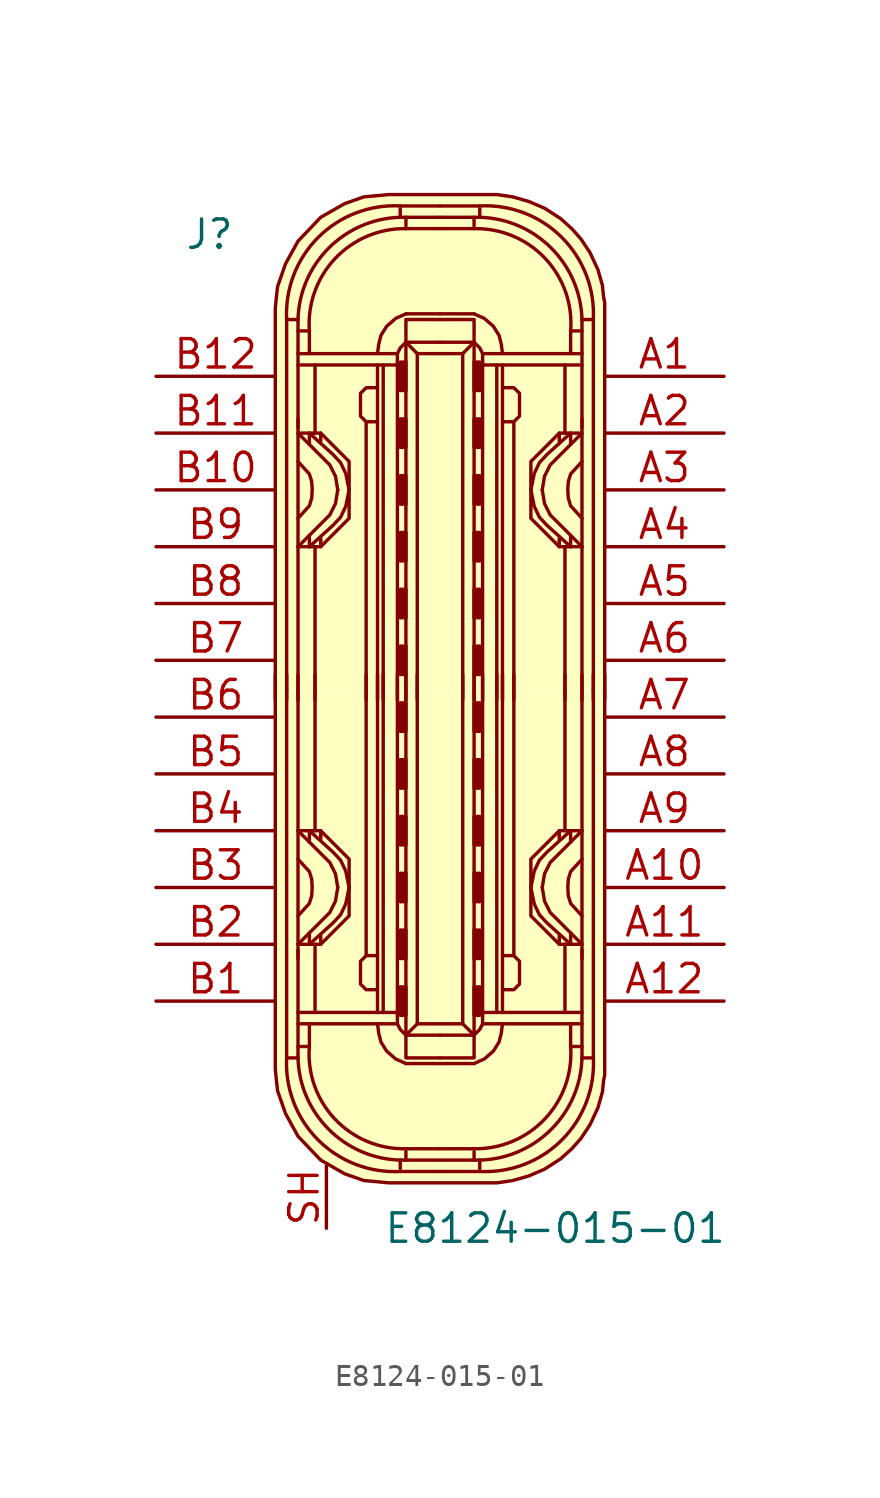
<source format=kicad_sym>
(kicad_symbol_lib
  (version 20220914)
  (generator kicad_symbol_editor)
  (symbol "E8124-015-01"
    (pin_names
      (offset 1.016))
    (property "Reference" "J"
      (at -11.43 20.32 0)
      (effects (font (size 1.27 1.27)) (justify left)))
    (property "Value" "E8124-015-01"
      (at -2.54 -24.13 0)
      (effects (font (size 1.27 1.27)) (justify left)))
    (symbol "E8124-015-01_1_1"
      (arc (start -6.858 -16.51) (mid -5.4492 -20.1812) (end -1.778 -21.59) (stroke (width 0) (type default)) (fill (type none)))
      (arc (start -6.35 -16.51) (mid -4.9749 -19.7069) (end -1.778 -21.082) (stroke (width 0) (type default)) (fill (type none)))
      (arc (start -5.842 -16.002) (mid -4.6972 -19.2495) (end -1.524 -20.574) (stroke (width 0) (type default)) (fill (type none)))
      (rectangle (start -1.778 -14.605) (end -1.524 -13.335) (stroke (width 0) (type default)) (fill (type outline)))
      (rectangle (start -1.778 -12.065) (end -1.524 -10.795) (stroke (width 0) (type default)) (fill (type outline)))
      (rectangle (start -1.778 -9.525) (end -1.524 -8.255) (stroke (width 0) (type default)) (fill (type outline)))
      (rectangle (start -1.778 -6.985) (end -1.524 -5.715) (stroke (width 0) (type default)) (fill (type outline)))
      (rectangle (start -1.778 -4.445) (end -1.524 -3.175) (stroke (width 0) (type default)) (fill (type outline)))
      (rectangle (start -1.778 -1.905) (end -1.524 -0.635) (stroke (width 0) (type default)) (fill (type outline)))
      (rectangle (start -1.778 1.905) (end -1.524 0.635) (stroke (width 0) (type default)) (fill (type outline)))
      (rectangle (start -1.778 4.445) (end -1.524 3.175) (stroke (width 0) (type default)) (fill (type outline)))
      (rectangle (start -1.778 6.985) (end -1.524 5.715) (stroke (width 0) (type default)) (fill (type outline)))
      (rectangle (start -1.778 9.525) (end -1.524 8.255) (stroke (width 0) (type default)) (fill (type outline)))
      (rectangle (start -1.778 12.065) (end -1.524 10.795) (stroke (width 0) (type default)) (fill (type outline)))
      (rectangle (start -1.778 14.605) (end -1.524 13.335) (stroke (width 0) (type default)) (fill (type outline)))
      (arc (start -1.778 21.082) (mid -4.9749 19.7069) (end -6.35 16.51) (stroke (width 0) (type default)) (fill (type none)))
      (arc (start -1.778 21.59) (mid -5.4492 20.1812) (end -6.858 16.51) (stroke (width 0) (type default)) (fill (type none)))
      (arc (start -1.524 20.574) (mid -4.6883 19.2412) (end -5.842 16.002) (stroke (width 0) (type default)) (fill (type none)))
      (polyline (pts (xy -7.366 -0.508) (xy -7.366 0.635)) (stroke (width 0) (type default)) (fill (type none)))
      (polyline (pts (xy -6.858 -0.508) (xy -6.858 0.635)) (stroke (width 0) (type default)) (fill (type none)))
      (polyline (pts (xy -6.35 -14.986) (xy -1.905 -14.986)) (stroke (width 0) (type default)) (fill (type none)))
      (polyline (pts (xy -6.35 -12.065) (xy -6.35 0)) (stroke (width 0) (type default)) (fill (type none)))
      (polyline (pts (xy -6.35 -0.508) (xy -6.35 0.635)) (stroke (width 0) (type default)) (fill (type none)))
      (polyline (pts (xy -6.35 12.065) (xy -6.35 0)) (stroke (width 0) (type default)) (fill (type none)))
      (polyline (pts (xy -6.35 14.986) (xy -1.905 14.986)) (stroke (width 0) (type default)) (fill (type none)))
      (polyline (pts (xy -5.842 -11.43) (xy -5.842 -10.922)) (stroke (width 0) (type default)) (fill (type none)))
      (polyline (pts (xy -5.842 -6.35) (xy -5.842 -6.858)) (stroke (width 0) (type default)) (fill (type none)))
      (polyline (pts (xy -5.842 6.35) (xy -5.842 6.858)) (stroke (width 0) (type default)) (fill (type none)))
      (polyline (pts (xy -5.842 11.43) (xy -5.842 10.922)) (stroke (width 0) (type default)) (fill (type none)))
      (polyline (pts (xy -5.588 -14.478) (xy -5.588 -11.43)) (stroke (width 0) (type default)) (fill (type none)))
      (polyline (pts (xy -5.588 -6.35) (xy -5.588 0)) (stroke (width 0) (type default)) (fill (type none)))
      (polyline (pts (xy -5.588 -0.508) (xy -5.588 0.635)) (stroke (width 0) (type default)) (fill (type none)))
      (polyline (pts (xy -5.588 6.35) (xy -5.588 0)) (stroke (width 0) (type default)) (fill (type none)))
      (polyline (pts (xy -5.588 14.478) (xy -5.588 11.43)) (stroke (width 0) (type default)) (fill (type none)))
      (polyline (pts (xy -5.334 -11.43) (xy -5.334 -11.049)) (stroke (width 0) (type default)) (fill (type none)))
      (polyline (pts (xy -5.334 -6.604) (xy -5.334 -6.731)) (stroke (width 0) (type default)) (fill (type none)))
      (polyline (pts (xy -5.334 -6.35) (xy -5.334 -6.604)) (stroke (width 0) (type default)) (fill (type none)))
      (polyline (pts (xy -5.334 6.35) (xy -5.334 6.604)) (stroke (width 0) (type default)) (fill (type none)))
      (polyline (pts (xy -5.334 6.604) (xy -5.334 6.731)) (stroke (width 0) (type default)) (fill (type none)))
      (polyline (pts (xy -5.334 11.43) (xy -5.334 11.049)) (stroke (width 0) (type default)) (fill (type none)))
      (polyline (pts (xy -3.302 -0.508) (xy -3.302 0.635)) (stroke (width 0) (type default)) (fill (type none)))
      (polyline (pts (xy -3.302 0) (xy -3.302 -11.938)) (stroke (width 0) (type default)) (fill (type none)))
      (polyline (pts (xy -3.302 0) (xy -3.302 11.938)) (stroke (width 0) (type default)) (fill (type none)))
      (polyline (pts (xy -2.794 -0.508) (xy -2.794 0.635)) (stroke (width 0) (type default)) (fill (type none)))
      (polyline (pts (xy -2.794 0) (xy -2.794 -14.478)) (stroke (width 0) (type default)) (fill (type none)))
      (polyline (pts (xy -2.794 0) (xy -2.794 14.478)) (stroke (width 0) (type default)) (fill (type none)))
      (polyline (pts (xy -2.54 -14.478) (xy -2.54 0)) (stroke (width 0) (type default)) (fill (type none)))
      (polyline (pts (xy -2.54 -0.508) (xy -2.54 0.635)) (stroke (width 0) (type default)) (fill (type none)))
      (polyline (pts (xy -2.54 14.478) (xy -2.54 0)) (stroke (width 0) (type default)) (fill (type none)))
      (polyline (pts (xy -1.905 -14.478) (xy -6.35 -14.478)) (stroke (width 0) (type default)) (fill (type none)))
      (polyline (pts (xy -1.905 -0.508) (xy -1.905 0.635)) (stroke (width 0) (type default)) (fill (type none)))
      (polyline (pts (xy -1.905 0) (xy -1.905 -14.605)) (stroke (width 0) (type default)) (fill (type none)))
      (polyline (pts (xy -1.905 0) (xy -1.905 14.605)) (stroke (width 0) (type default)) (fill (type none)))
      (polyline (pts (xy -1.905 14.478) (xy -6.35 14.478)) (stroke (width 0) (type default)) (fill (type none)))
      (polyline (pts (xy -1.778 -21.59) (xy 0 -21.59)) (stroke (width 0) (type default)) (fill (type background)))
      (polyline (pts (xy -1.778 -21.082) (xy -1.778 -21.463)) (stroke (width 0) (type default)) (fill (type none)))
      (polyline (pts (xy -1.778 -21.082) (xy 0 -21.082)) (stroke (width 0) (type default)) (fill (type none)))
      (polyline (pts (xy -1.778 21.082) (xy -1.778 21.463)) (stroke (width 0) (type default)) (fill (type none)))
      (polyline (pts (xy -1.778 21.082) (xy 0 21.082)) (stroke (width 0) (type default)) (fill (type none)))
      (polyline (pts (xy -1.778 21.59) (xy 0 21.59)) (stroke (width 0) (type default)) (fill (type background)))
      (polyline (pts (xy -1.524 -20.701) (xy -1.524 -21.082)) (stroke (width 0) (type default)) (fill (type none)))
      (polyline (pts (xy -1.524 -20.574) (xy 0 -20.574)) (stroke (width 0) (type default)) (fill (type none)))
      (polyline (pts (xy -1.524 -0.508) (xy -1.524 0.635)) (stroke (width 0) (type default)) (fill (type none)))
      (polyline (pts (xy -1.524 20.574) (xy 0 20.574)) (stroke (width 0) (type default)) (fill (type none)))
      (polyline (pts (xy -1.524 20.701) (xy -1.524 21.082)) (stroke (width 0) (type default)) (fill (type none)))
      (polyline (pts (xy -1.016 -14.986) (xy -1.524 -15.494)) (stroke (width 0) (type default)) (fill (type none)))
      (polyline (pts (xy -1.016 -0.508) (xy -1.016 0.635)) (stroke (width 0) (type default)) (fill (type none)))
      (polyline (pts (xy -1.016 14.986) (xy -1.524 15.494)) (stroke (width 0) (type default)) (fill (type none)))
      (polyline (pts (xy 0 -16.764) (xy -1.524 -16.764)) (stroke (width 0) (type default)) (fill (type none)))
      (polyline (pts (xy 0 -16.764) (xy 1.524 -16.764)) (stroke (width 0) (type default)) (fill (type none)))
      (polyline (pts (xy 0 16.764) (xy -1.524 16.764)) (stroke (width 0) (type default)) (fill (type none)))
      (polyline (pts (xy 0 16.764) (xy 1.524 16.764)) (stroke (width 0) (type default)) (fill (type none)))
      (polyline (pts (xy 1.016 -14.986) (xy 1.524 -15.494)) (stroke (width 0) (type default)) (fill (type none)))
      (polyline (pts (xy 1.016 -0.508) (xy 1.016 0.635)) (stroke (width 0) (type default)) (fill (type none)))
      (polyline (pts (xy 1.016 14.986) (xy 1.524 15.494)) (stroke (width 0) (type default)) (fill (type none)))
      (polyline (pts (xy 1.524 -20.701) (xy 1.524 -21.082)) (stroke (width 0) (type default)) (fill (type none)))
      (polyline (pts (xy 1.524 -20.574) (xy 0 -20.574)) (stroke (width 0) (type default)) (fill (type none)))
      (polyline (pts (xy 1.524 -0.508) (xy 1.524 0.635)) (stroke (width 0) (type default)) (fill (type none)))
      (polyline (pts (xy 1.524 20.574) (xy 0 20.574)) (stroke (width 0) (type default)) (fill (type none)))
      (polyline (pts (xy 1.524 20.701) (xy 1.524 21.082)) (stroke (width 0) (type default)) (fill (type none)))
      (polyline (pts (xy 1.778 -21.59) (xy 0 -21.59)) (stroke (width 0) (type default)) (fill (type background)))
      (polyline (pts (xy 1.778 -21.082) (xy 0 -21.082)) (stroke (width 0) (type default)) (fill (type none)))
      (polyline (pts (xy 1.778 -21.082) (xy 1.778 -21.463)) (stroke (width 0) (type default)) (fill (type none)))
      (polyline (pts (xy 1.778 21.082) (xy 0 21.082)) (stroke (width 0) (type default)) (fill (type none)))
      (polyline (pts (xy 1.778 21.082) (xy 1.778 21.463)) (stroke (width 0) (type default)) (fill (type none)))
      (polyline (pts (xy 1.778 21.59) (xy 0 21.59)) (stroke (width 0) (type default)) (fill (type background)))
      (polyline (pts (xy 1.905 -14.478) (xy 6.35 -14.478)) (stroke (width 0) (type default)) (fill (type none)))
      (polyline (pts (xy 1.905 -0.508) (xy 1.905 0.635)) (stroke (width 0) (type default)) (fill (type none)))
      (polyline (pts (xy 1.905 0) (xy 1.905 -14.605)) (stroke (width 0) (type default)) (fill (type none)))
      (polyline (pts (xy 1.905 0) (xy 1.905 14.605)) (stroke (width 0) (type default)) (fill (type none)))
      (polyline (pts (xy 1.905 14.478) (xy 6.35 14.478)) (stroke (width 0) (type default)) (fill (type none)))
      (polyline (pts (xy 2.54 -14.478) (xy 2.54 0)) (stroke (width 0) (type default)) (fill (type none)))
      (polyline (pts (xy 2.54 -0.508) (xy 2.54 0.635)) (stroke (width 0) (type default)) (fill (type none)))
      (polyline (pts (xy 2.54 14.478) (xy 2.54 0)) (stroke (width 0) (type default)) (fill (type none)))
      (polyline (pts (xy 2.794 -0.508) (xy 2.794 0.635)) (stroke (width 0) (type default)) (fill (type none)))
      (polyline (pts (xy 2.794 0) (xy 2.794 -14.478)) (stroke (width 0) (type default)) (fill (type none)))
      (polyline (pts (xy 2.794 0) (xy 2.794 14.478)) (stroke (width 0) (type default)) (fill (type none)))
      (polyline (pts (xy 3.302 -0.508) (xy 3.302 0.635)) (stroke (width 0) (type default)) (fill (type none)))
      (polyline (pts (xy 3.302 0) (xy 3.302 -11.938)) (stroke (width 0) (type default)) (fill (type none)))
      (polyline (pts (xy 3.302 0) (xy 3.302 11.938)) (stroke (width 0) (type default)) (fill (type none)))
      (polyline (pts (xy 5.334 -11.43) (xy 5.334 -11.049)) (stroke (width 0) (type default)) (fill (type none)))
      (polyline (pts (xy 5.334 -6.604) (xy 5.334 -6.731)) (stroke (width 0) (type default)) (fill (type none)))
      (polyline (pts (xy 5.334 -6.35) (xy 5.334 -6.604)) (stroke (width 0) (type default)) (fill (type none)))
      (polyline (pts (xy 5.334 6.35) (xy 5.334 6.604)) (stroke (width 0) (type default)) (fill (type none)))
      (polyline (pts (xy 5.334 6.604) (xy 5.334 6.731)) (stroke (width 0) (type default)) (fill (type none)))
      (polyline (pts (xy 5.334 11.43) (xy 5.334 11.049)) (stroke (width 0) (type default)) (fill (type none)))
      (polyline (pts (xy 5.588 -14.478) (xy 5.588 -11.43)) (stroke (width 0) (type default)) (fill (type none)))
      (polyline (pts (xy 5.588 -6.35) (xy 5.588 0)) (stroke (width 0) (type default)) (fill (type none)))
      (polyline (pts (xy 5.588 -0.508) (xy 5.588 0.635)) (stroke (width 0) (type default)) (fill (type none)))
      (polyline (pts (xy 5.588 6.35) (xy 5.588 0)) (stroke (width 0) (type default)) (fill (type none)))
      (polyline (pts (xy 5.588 14.478) (xy 5.588 11.43)) (stroke (width 0) (type default)) (fill (type none)))
      (polyline (pts (xy 5.842 -11.43) (xy 5.842 -10.922)) (stroke (width 0) (type default)) (fill (type none)))
      (polyline (pts (xy 5.842 -6.35) (xy 5.842 -6.858)) (stroke (width 0) (type default)) (fill (type none)))
      (polyline (pts (xy 5.842 6.35) (xy 5.842 6.858)) (stroke (width 0) (type default)) (fill (type none)))
      (polyline (pts (xy 5.842 11.43) (xy 5.842 10.922)) (stroke (width 0) (type default)) (fill (type none)))
      (polyline (pts (xy 6.35 -14.986) (xy 1.905 -14.986)) (stroke (width 0) (type default)) (fill (type none)))
      (polyline (pts (xy 6.35 -12.065) (xy 6.35 0)) (stroke (width 0) (type default)) (fill (type none)))
      (polyline (pts (xy 6.35 -0.508) (xy 6.35 0.635)) (stroke (width 0) (type default)) (fill (type none)))
      (polyline (pts (xy 6.35 12.065) (xy 6.35 0)) (stroke (width 0) (type default)) (fill (type none)))
      (polyline (pts (xy 6.35 14.986) (xy 1.905 14.986)) (stroke (width 0) (type default)) (fill (type none)))
      (polyline (pts (xy 6.858 -0.508) (xy 6.858 0.635)) (stroke (width 0) (type default)) (fill (type none)))
      (polyline (pts (xy 7.366 -0.508) (xy 7.366 0.635)) (stroke (width 0) (type default)) (fill (type none)))
      (polyline (pts (xy -6.35 -16.51) (xy -6.858 -16.51) (xy -6.858 0)) (stroke (width 0) (type default)) (fill (type none)))
      (polyline (pts (xy -6.35 -11.684) (xy -6.35 -15.875) (xy -6.35 -16.51)) (stroke (width 0) (type default)) (fill (type none)))
      (polyline (pts (xy -6.35 11.684) (xy -6.35 15.875) (xy -6.35 16.51)) (stroke (width 0) (type default)) (fill (type none)))
      (polyline (pts (xy -6.35 16.51) (xy -6.858 16.51) (xy -6.858 0)) (stroke (width 0) (type default)) (fill (type none)))
      (polyline (pts (xy -5.842 -14.986) (xy -5.842 -16.002) (xy -6.35 -16.002)) (stroke (width 0) (type default)) (fill (type none)))
      (polyline (pts (xy -5.842 14.986) (xy -5.842 16.002) (xy -6.35 16.002)) (stroke (width 0) (type default)) (fill (type none)))
      (polyline (pts (xy -1.524 0) (xy -1.524 -15.494) (xy 0 -15.494)) (stroke (width 0) (type default)) (fill (type none)))
      (polyline (pts (xy -1.524 0) (xy -1.524 15.494) (xy 0 15.494)) (stroke (width 0) (type default)) (fill (type none)))
      (polyline (pts (xy -1.016 0) (xy -1.016 -14.986) (xy 0 -14.986)) (stroke (width 0) (type default)) (fill (type none)))
      (polyline (pts (xy -1.016 0) (xy -1.016 14.986) (xy 0 14.986)) (stroke (width 0) (type default)) (fill (type none)))
      (polyline (pts (xy 1.016 0) (xy 1.016 -14.986) (xy 0 -14.986)) (stroke (width 0) (type default)) (fill (type none)))
      (polyline (pts (xy 1.016 0) (xy 1.016 14.986) (xy 0 14.986)) (stroke (width 0) (type default)) (fill (type none)))
      (polyline (pts (xy 1.524 0) (xy 1.524 -15.494) (xy 0 -15.494)) (stroke (width 0) (type default)) (fill (type none)))
      (polyline (pts (xy 1.524 0) (xy 1.524 15.494) (xy 0 15.494)) (stroke (width 0) (type default)) (fill (type none)))
      (polyline (pts (xy 5.842 -14.986) (xy 5.842 -16.002) (xy 6.35 -16.002)) (stroke (width 0) (type default)) (fill (type none)))
      (polyline (pts (xy 5.842 14.986) (xy 5.842 16.002) (xy 6.35 16.002)) (stroke (width 0) (type default)) (fill (type none)))
      (polyline (pts (xy 6.35 -16.51) (xy 6.858 -16.51) (xy 6.858 0)) (stroke (width 0) (type default)) (fill (type none)))
      (polyline (pts (xy 6.35 -11.684) (xy 6.35 -15.875) (xy 6.35 -16.51)) (stroke (width 0) (type default)) (fill (type none)))
      (polyline (pts (xy 6.35 11.684) (xy 6.35 15.875) (xy 6.35 16.51)) (stroke (width 0) (type default)) (fill (type none)))
      (polyline (pts (xy 6.35 16.51) (xy 6.858 16.51) (xy 6.858 0)) (stroke (width 0) (type default)) (fill (type none)))
      (polyline (pts (xy -6.35 -11.43) (xy -4.928 -10.008) (xy -4.674 -9.5) (xy -4.572 -8.89)) (stroke (width 0) (type default)) (fill (type none)))
      (polyline (pts (xy -6.35 -10.16) (xy -5.842 -9.601) (xy -5.74 -9.271) (xy -5.715 -8.915)) (stroke (width 0) (type default)) (fill (type none)))
      (polyline (pts (xy -6.35 -7.62) (xy -5.842 -8.179) (xy -5.74 -8.509) (xy -5.715 -8.865)) (stroke (width 0) (type default)) (fill (type none)))
      (polyline (pts (xy -6.35 -6.35) (xy -4.928 -7.772) (xy -4.674 -8.28) (xy -4.572 -8.89)) (stroke (width 0) (type default)) (fill (type none)))
      (polyline (pts (xy -6.35 6.35) (xy -4.928 7.772) (xy -4.674 8.28) (xy -4.572 8.89)) (stroke (width 0) (type default)) (fill (type none)))
      (polyline (pts (xy -6.35 7.62) (xy -5.842 8.179) (xy -5.74 8.509) (xy -5.715 8.865)) (stroke (width 0) (type default)) (fill (type none)))
      (polyline (pts (xy -6.35 10.16) (xy -5.842 9.601) (xy -5.74 9.271) (xy -5.715 8.915)) (stroke (width 0) (type default)) (fill (type none)))
      (polyline (pts (xy -6.35 11.43) (xy -4.928 10.008) (xy -4.674 9.5) (xy -4.572 8.89)) (stroke (width 0) (type default)) (fill (type none)))
      (polyline (pts (xy -1.905 -14.605) (xy -1.905 -14.986) (xy -1.778 -15.24) (xy -1.524 -15.494)) (stroke (width 0) (type default)) (fill (type none)))
      (polyline (pts (xy -1.905 14.605) (xy -1.905 14.986) (xy -1.778 15.24) (xy -1.524 15.494)) (stroke (width 0) (type default)) (fill (type none)))
      (polyline (pts (xy 0 -16.51) (xy -1.397 -16.51) (xy -1.524 -16.51) (xy -1.524 -15.494)) (stroke (width 0) (type default)) (fill (type none)))
      (polyline (pts (xy 0 -16.51) (xy 1.397 -16.51) (xy 1.524 -16.51) (xy 1.524 -15.494)) (stroke (width 0) (type default)) (fill (type none)))
      (polyline (pts (xy 0 16.51) (xy -1.397 16.51) (xy -1.524 16.51) (xy -1.524 15.494)) (stroke (width 0) (type default)) (fill (type none)))
      (polyline (pts (xy 0 16.51) (xy 1.397 16.51) (xy 1.524 16.51) (xy 1.524 15.494)) (stroke (width 0) (type default)) (fill (type none)))
      (polyline (pts (xy 1.905 -14.605) (xy 1.905 -14.986) (xy 1.778 -15.24) (xy 1.524 -15.494)) (stroke (width 0) (type default)) (fill (type none)))
      (polyline (pts (xy 1.905 14.605) (xy 1.905 14.986) (xy 1.778 15.24) (xy 1.524 15.494)) (stroke (width 0) (type default)) (fill (type none)))
      (polyline (pts (xy 6.35 -11.43) (xy 4.928 -10.008) (xy 4.674 -9.5) (xy 4.572 -8.89)) (stroke (width 0) (type default)) (fill (type none)))
      (polyline (pts (xy 6.35 -10.16) (xy 5.842 -9.601) (xy 5.74 -9.271) (xy 5.715 -8.915)) (stroke (width 0) (type default)) (fill (type none)))
      (polyline (pts (xy 6.35 -7.62) (xy 5.842 -8.179) (xy 5.74 -8.509) (xy 5.715 -8.865)) (stroke (width 0) (type default)) (fill (type none)))
      (polyline (pts (xy 6.35 -6.35) (xy 4.928 -7.772) (xy 4.674 -8.28) (xy 4.572 -8.89)) (stroke (width 0) (type default)) (fill (type none)))
      (polyline (pts (xy 6.35 6.35) (xy 4.928 7.772) (xy 4.674 8.28) (xy 4.572 8.89)) (stroke (width 0) (type default)) (fill (type none)))
      (polyline (pts (xy 6.35 7.62) (xy 5.842 8.179) (xy 5.74 8.509) (xy 5.715 8.865)) (stroke (width 0) (type default)) (fill (type none)))
      (polyline (pts (xy 6.35 10.16) (xy 5.842 9.601) (xy 5.74 9.271) (xy 5.715 8.915)) (stroke (width 0) (type default)) (fill (type none)))
      (polyline (pts (xy 6.35 11.43) (xy 4.928 10.008) (xy 4.674 9.5) (xy 4.572 8.89)) (stroke (width 0) (type default)) (fill (type none)))
      (polyline (pts (xy -5.842 -11.43) (xy -4.775 -10.465) (xy -4.445 -10.109) (xy -4.216 -9.627) (xy -4.064 -8.89)) (stroke (width 0) (type default)) (fill (type none)))
      (polyline (pts (xy -5.842 -6.35) (xy -4.775 -7.315) (xy -4.445 -7.671) (xy -4.216 -8.153) (xy -4.064 -8.89)) (stroke (width 0) (type default)) (fill (type none)))
      (polyline (pts (xy -5.842 6.35) (xy -4.775 7.315) (xy -4.445 7.671) (xy -4.216 8.153) (xy -4.064 8.89)) (stroke (width 0) (type default)) (fill (type none)))
      (polyline (pts (xy -5.842 11.43) (xy -4.775 10.465) (xy -4.445 10.109) (xy -4.216 9.627) (xy -4.064 8.89)) (stroke (width 0) (type default)) (fill (type none)))
      (polyline (pts (xy 5.842 -11.43) (xy 4.775 -10.465) (xy 4.445 -10.109) (xy 4.216 -9.627) (xy 4.064 -8.89)) (stroke (width 0) (type default)) (fill (type none)))
      (polyline (pts (xy 5.842 -6.35) (xy 4.775 -7.315) (xy 4.445 -7.671) (xy 4.216 -8.153) (xy 4.064 -8.89)) (stroke (width 0) (type default)) (fill (type none)))
      (polyline (pts (xy 5.842 6.35) (xy 4.775 7.315) (xy 4.445 7.671) (xy 4.216 8.153) (xy 4.064 8.89)) (stroke (width 0) (type default)) (fill (type none)))
      (polyline (pts (xy 5.842 11.43) (xy 4.775 10.465) (xy 4.445 10.109) (xy 4.216 9.627) (xy 4.064 8.89)) (stroke (width 0) (type default)) (fill (type none)))
      (polyline (pts (xy -6.35 -11.43) (xy -5.334 -11.43) (xy -4.064 -10.16) (xy -4.064 -7.62) (xy -5.334 -6.35) (xy -6.35 -6.35)) (stroke (width 0) (type default)) (fill (type none)))
      (polyline (pts (xy -6.35 11.43) (xy -5.334 11.43) (xy -4.064 10.16) (xy -4.064 7.62) (xy -5.334 6.35) (xy -6.35 6.35)) (stroke (width 0) (type default)) (fill (type none)))
      (polyline (pts (xy -2.794 -14.986) (xy -2.743 -15.392) (xy -2.642 -15.799) (xy -2.388 -16.205) (xy -1.981 -16.561) (xy -1.524 -16.764)) (stroke (width 0) (type default)) (fill (type none)))
      (polyline (pts (xy -2.794 -13.462) (xy -3.302 -13.462) (xy -3.556 -13.208) (xy -3.556 -12.192) (xy -3.302 -11.938) (xy -2.794 -11.938)) (stroke (width 0) (type default)) (fill (type none)))
      (polyline (pts (xy -2.794 13.462) (xy -3.302 13.462) (xy -3.556 13.208) (xy -3.556 12.192) (xy -3.302 11.938) (xy -2.794 11.938)) (stroke (width 0) (type default)) (fill (type none)))
      (polyline (pts (xy -2.794 14.986) (xy -2.743 15.392) (xy -2.642 15.799) (xy -2.388 16.205) (xy -1.981 16.561) (xy -1.524 16.764)) (stroke (width 0) (type default)) (fill (type none)))
      (polyline (pts (xy 2.794 -14.986) (xy 2.743 -15.392) (xy 2.642 -15.799) (xy 2.388 -16.205) (xy 1.981 -16.561) (xy 1.524 -16.764)) (stroke (width 0) (type default)) (fill (type none)))
      (polyline (pts (xy 2.794 -13.462) (xy 3.302 -13.462) (xy 3.556 -13.208) (xy 3.556 -12.192) (xy 3.302 -11.938) (xy 2.794 -11.938)) (stroke (width 0) (type default)) (fill (type none)))
      (polyline (pts (xy 2.794 13.462) (xy 3.302 13.462) (xy 3.556 13.208) (xy 3.556 12.192) (xy 3.302 11.938) (xy 2.794 11.938)) (stroke (width 0) (type default)) (fill (type none)))
      (polyline (pts (xy 2.794 14.986) (xy 2.743 15.392) (xy 2.642 15.799) (xy 2.388 16.205) (xy 1.981 16.561) (xy 1.524 16.764)) (stroke (width 0) (type default)) (fill (type none)))
      (polyline (pts (xy 6.35 -11.43) (xy 5.334 -11.43) (xy 4.064 -10.16) (xy 4.064 -7.62) (xy 5.334 -6.35) (xy 6.35 -6.35)) (stroke (width 0) (type default)) (fill (type none)))
      (polyline (pts (xy 6.35 11.43) (xy 5.334 11.43) (xy 4.064 10.16) (xy 4.064 7.62) (xy 5.334 6.35) (xy 6.35 6.35)) (stroke (width 0) (type default)) (fill (type none)))
      (polyline (pts (xy 7.366 0) (xy 7.366 -17.018) (xy 7.366 -17.272) (xy 7.315 -17.526) (xy 7.264 -18.034) (xy 7.061 -18.745) (xy 6.706 -19.507) (xy 6.299 -20.117) (xy 5.893 -20.574) (xy 5.385 -21.031) (xy 4.674 -21.488) (xy 3.962 -21.793) (xy 3.251 -21.996) (xy 2.54 -22.098) (xy -2.286 -22.098) (xy -3.404 -21.996) (xy -4.267 -21.692) (xy -5.334 -21.082) (xy -6.35 -20.015) (xy -6.909 -18.999) (xy -7.264 -17.983) (xy -7.315 -17.526) (xy -7.366 -17.018) (xy -7.366 0)) (stroke (width 0) (type default)) (fill (type background)))
      (polyline (pts (xy 7.366 0) (xy 7.366 17.018) (xy 7.366 17.272) (xy 7.315 17.526) (xy 7.264 18.034) (xy 7.061 18.745) (xy 6.706 19.507) (xy 6.299 20.117) (xy 5.893 20.574) (xy 5.385 21.031) (xy 4.674 21.488) (xy 3.962 21.793) (xy 3.251 21.996) (xy 2.54 22.098) (xy -2.286 22.098) (xy -3.404 21.996) (xy -4.267 21.692) (xy -5.334 21.082) (xy -6.35 20.015) (xy -6.909 18.999) (xy -7.264 17.983) (xy -7.315 17.526) (xy -7.366 17.018) (xy -7.366 0)) (stroke (width 0) (type default)) (fill (type background)))
      (arc (start 1.524 -20.574) (mid 4.6883 -19.2412) (end 5.842 -16.002) (stroke (width 0) (type default)) (fill (type none)))
      (arc (start 1.778 -21.59) (mid 5.4492 -20.1812) (end 6.858 -16.51) (stroke (width 0) (type default)) (fill (type none)))
      (arc (start 1.778 -21.082) (mid 4.9749 -19.7069) (end 6.35 -16.51) (stroke (width 0) (type default)) (fill (type none)))
      (rectangle (start 1.778 -14.605) (end 1.524 -13.335) (stroke (width 0) (type default)) (fill (type outline)))
      (rectangle (start 1.778 -12.065) (end 1.524 -10.795) (stroke (width 0) (type default)) (fill (type outline)))
      (rectangle (start 1.778 -9.525) (end 1.524 -8.255) (stroke (width 0) (type default)) (fill (type outline)))
      (rectangle (start 1.778 -6.985) (end 1.524 -5.715) (stroke (width 0) (type default)) (fill (type outline)))
      (rectangle (start 1.778 -4.445) (end 1.524 -3.175) (stroke (width 0) (type default)) (fill (type outline)))
      (rectangle (start 1.778 -1.905) (end 1.524 -0.635) (stroke (width 0) (type default)) (fill (type outline)))
      (rectangle (start 1.778 1.905) (end 1.524 0.635) (stroke (width 0) (type default)) (fill (type outline)))
      (rectangle (start 1.778 4.445) (end 1.524 3.175) (stroke (width 0) (type default)) (fill (type outline)))
      (rectangle (start 1.778 6.985) (end 1.524 5.715) (stroke (width 0) (type default)) (fill (type outline)))
      (rectangle (start 1.778 9.525) (end 1.524 8.255) (stroke (width 0) (type default)) (fill (type outline)))
      (rectangle (start 1.778 12.065) (end 1.524 10.795) (stroke (width 0) (type default)) (fill (type outline)))
      (rectangle (start 1.778 14.605) (end 1.524 13.335) (stroke (width 0) (type default)) (fill (type outline)))
      (arc (start 5.842 16.002) (mid 4.6972 19.2495) (end 1.524 20.574) (stroke (width 0) (type default)) (fill (type none)))
      (arc (start 6.35 16.51) (mid 4.9749 19.7069) (end 1.778 21.082) (stroke (width 0) (type default)) (fill (type none)))
      (arc (start 6.858 16.51) (mid 5.4492 20.1812) (end 1.778 21.59) (stroke (width 0) (type default)) (fill (type none)))
      (pin passive line (at 12.7 13.97 180) (length 5.334) (name "~" (effects (font (size 1.27 1.27)))) (number "A1" (effects (font (size 1.27 1.27)))))
      (pin passive line (at 12.7 -8.89 180) (length 5.334) (name "~" (effects (font (size 1.27 1.27)))) (number "A10" (effects (font (size 1.27 1.27)))))
      (pin passive line (at 12.7 -11.43 180) (length 5.334) (name "~" (effects (font (size 1.27 1.27)))) (number "A11" (effects (font (size 1.27 1.27)))))
      (pin passive line (at 12.7 -13.97 180) (length 5.334) (name "~" (effects (font (size 1.27 1.27)))) (number "A12" (effects (font (size 1.27 1.27)))))
      (pin passive line (at 12.7 11.43 180) (length 5.334) (name "~" (effects (font (size 1.27 1.27)))) (number "A2" (effects (font (size 1.27 1.27)))))
      (pin passive line (at 12.7 8.89 180) (length 5.334) (name "~" (effects (font (size 1.27 1.27)))) (number "A3" (effects (font (size 1.27 1.27)))))
      (pin passive line (at 12.7 6.35 180) (length 5.334) (name "~" (effects (font (size 1.27 1.27)))) (number "A4" (effects (font (size 1.27 1.27)))))
      (pin passive line (at 12.7 3.81 180) (length 5.334) (name "~" (effects (font (size 1.27 1.27)))) (number "A5" (effects (font (size 1.27 1.27)))))
      (pin passive line (at 12.7 1.27 180) (length 5.334) (name "~" (effects (font (size 1.27 1.27)))) (number "A6" (effects (font (size 1.27 1.27)))))
      (pin passive line (at 12.7 -1.27 180) (length 5.334) (name "~" (effects (font (size 1.27 1.27)))) (number "A7" (effects (font (size 1.27 1.27)))))
      (pin passive line (at 12.7 -3.81 180) (length 5.334) (name "~" (effects (font (size 1.27 1.27)))) (number "A8" (effects (font (size 1.27 1.27)))))
      (pin passive line (at 12.7 -6.35 180) (length 5.334) (name "~" (effects (font (size 1.27 1.27)))) (number "A9" (effects (font (size 1.27 1.27)))))
      (pin passive line (at -12.7 -13.97 0) (length 5.334) (name "~" (effects (font (size 1.27 1.27)))) (number "B1" (effects (font (size 1.27 1.27)))))
      (pin passive line (at -12.7 8.89 0) (length 5.334) (name "~" (effects (font (size 1.27 1.27)))) (number "B10" (effects (font (size 1.27 1.27)))))
      (pin passive line (at -12.7 11.43 0) (length 5.334) (name "~" (effects (font (size 1.27 1.27)))) (number "B11" (effects (font (size 1.27 1.27)))))
      (pin passive line (at -12.7 13.97 0) (length 5.334) (name "~" (effects (font (size 1.27 1.27)))) (number "B12" (effects (font (size 1.27 1.27)))))
      (pin passive line (at -12.7 -11.43 0) (length 5.334) (name "~" (effects (font (size 1.27 1.27)))) (number "B2" (effects (font (size 1.27 1.27)))))
      (pin passive line (at -12.7 -8.89 0) (length 5.334) (name "~" (effects (font (size 1.27 1.27)))) (number "B3" (effects (font (size 1.27 1.27)))))
      (pin passive line (at -12.7 -6.35 0) (length 5.334) (name "~" (effects (font (size 1.27 1.27)))) (number "B4" (effects (font (size 1.27 1.27)))))
      (pin passive line (at -12.7 -3.81 0) (length 5.334) (name "~" (effects (font (size 1.27 1.27)))) (number "B5" (effects (font (size 1.27 1.27)))))
      (pin passive line (at -12.7 -1.27 0) (length 5.334) (name "~" (effects (font (size 1.27 1.27)))) (number "B6" (effects (font (size 1.27 1.27)))))
      (pin passive line (at -12.7 1.27 0) (length 5.334) (name "~" (effects (font (size 1.27 1.27)))) (number "B7" (effects (font (size 1.27 1.27)))))
      (pin passive line (at -12.7 3.81 0) (length 5.334) (name "~" (effects (font (size 1.27 1.27)))) (number "B8" (effects (font (size 1.27 1.27)))))
      (pin passive line (at -12.7 6.35 0) (length 5.334) (name "~" (effects (font (size 1.27 1.27)))) (number "B9" (effects (font (size 1.27 1.27)))))
      (pin input line (at -5.08 -24.13 90) (length 2.794) (name "~" (effects (font (size 1.27 1.27)))) (number "SH" (effects (font (size 1.27 1.27))))))))
</source>
